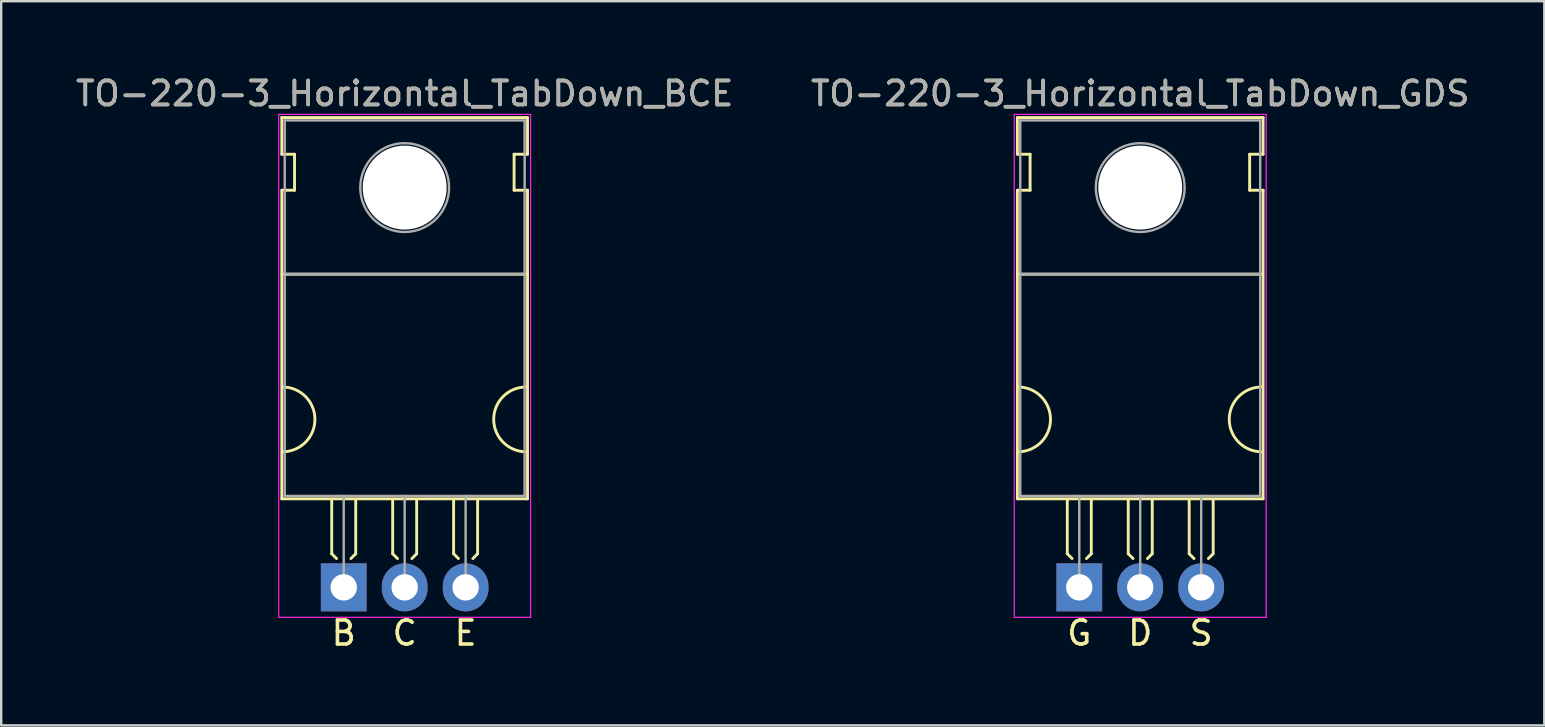
<source format=kicad_pcb>
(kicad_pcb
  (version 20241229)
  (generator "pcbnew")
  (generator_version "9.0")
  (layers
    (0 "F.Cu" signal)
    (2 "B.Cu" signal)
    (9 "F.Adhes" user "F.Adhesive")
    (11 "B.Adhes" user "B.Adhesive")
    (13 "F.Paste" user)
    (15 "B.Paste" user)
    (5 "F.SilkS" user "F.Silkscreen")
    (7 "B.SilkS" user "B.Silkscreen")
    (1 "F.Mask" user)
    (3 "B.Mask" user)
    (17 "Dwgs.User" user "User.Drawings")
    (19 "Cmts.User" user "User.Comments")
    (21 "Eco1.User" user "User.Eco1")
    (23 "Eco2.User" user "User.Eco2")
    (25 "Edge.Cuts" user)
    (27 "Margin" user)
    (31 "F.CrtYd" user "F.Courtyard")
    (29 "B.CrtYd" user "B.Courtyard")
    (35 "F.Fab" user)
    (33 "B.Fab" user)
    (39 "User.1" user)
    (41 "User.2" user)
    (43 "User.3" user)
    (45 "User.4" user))
  (footprint "TO-220-3_Horizontal_TabDown_BCE"
    (layer "F.Cu")
    (at 11.275 21.428)
    (property "Reference" "TO-220-3_Horizontal_TabDown_BCE" (at 2.54 -20.58 0) (layer "F.SilkS") (effects (font (size 1 1) (thickness 0.15))))
    (fp_line (start -2.58 -19.58) (end -2.58 -18.05) (stroke (width 0.12) (type solid)) (layer "F.SilkS"))
    (fp_line (start -2.58 -19.58) (end 7.66 -19.58) (stroke (width 0.12) (type solid)) (layer "F.SilkS"))
    (fp_line (start -2.58 -18.05) (end -2.05 -18.05) (stroke (width 0.12) (type solid)) (layer "F.SilkS"))
    (fp_line (start -2.58 -16.55) (end -2.58 -3.69) (stroke (width 0.12) (type solid)) (layer "F.SilkS"))
    (fp_line (start -2.58 -3.69) (end 7.66 -3.69) (stroke (width 0.12) (type solid)) (layer "F.SilkS"))
    (fp_line (start -2.575 -13.05) (end 7.65 -13.05) (stroke (width 0.12) (type solid)) (layer "F.SilkS"))
    (fp_line (start -2.05 -18.05) (end -2.05 -16.55) (stroke (width 0.12) (type solid)) (layer "F.SilkS"))
    (fp_line (start -2.05 -16.55) (end -2.575 -16.55) (stroke (width 0.12) (type solid)) (layer "F.SilkS"))
    (fp_line (start -0.5 -3.65) (end -0.5 -1.4) (stroke (width 0.12) (type solid)) (layer "F.SilkS"))
    (fp_line (start -0.5 -1.4) (end -0.3 -1.2) (stroke (width 0.12) (type solid)) (layer "F.SilkS"))
    (fp_line (start 0.5 -3.65) (end 0.5 -1.4) (stroke (width 0.12) (type solid)) (layer "F.SilkS"))
    (fp_line (start 0.5 -1.4) (end 0.3 -1.2) (stroke (width 0.12) (type solid)) (layer "F.SilkS"))
    (fp_line (start 2.04 -3.65) (end 2.04 -1.4) (stroke (width 0.12) (type solid)) (layer "F.SilkS"))
    (fp_line (start 2.04 -1.4) (end 2.24 -1.2) (stroke (width 0.12) (type solid)) (layer "F.SilkS"))
    (fp_line (start 3.04 -3.65) (end 3.04 -1.4) (stroke (width 0.12) (type solid)) (layer "F.SilkS"))
    (fp_line (start 3.04 -1.4) (end 2.84 -1.2) (stroke (width 0.12) (type solid)) (layer "F.SilkS"))
    (fp_line (start 4.58 -3.65) (end 4.58 -1.4) (stroke (width 0.12) (type solid)) (layer "F.SilkS"))
    (fp_line (start 4.58 -1.4) (end 4.78 -1.2) (stroke (width 0.12) (type solid)) (layer "F.SilkS"))
    (fp_line (start 5.58 -3.65) (end 5.58 -1.4) (stroke (width 0.12) (type solid)) (layer "F.SilkS"))
    (fp_line (start 5.58 -1.4) (end 5.38 -1.2) (stroke (width 0.12) (type solid)) (layer "F.SilkS"))
    (fp_line (start 7.1 -18.05) (end 7.66 -18.05) (stroke (width 0.12) (type solid)) (layer "F.SilkS"))
    (fp_line (start 7.1 -16.55) (end 7.1 -18.05) (stroke (width 0.12) (type solid)) (layer "F.SilkS"))
    (fp_line (start 7.66 -19.58) (end 7.66 -18.05) (stroke (width 0.12) (type solid)) (layer "F.SilkS"))
    (fp_line (start 7.66 -16.55) (end 7.1 -16.55) (stroke (width 0.12) (type solid)) (layer "F.SilkS"))
    (fp_line (start 7.66 -16.55) (end 7.66 -3.69) (stroke (width 0.12) (type solid)) (layer "F.SilkS"))
    (fp_arc (start -2.55 -8.35) (mid -1.2 -7) (end -2.55 -5.65) (stroke (width 0.12) (type solid)) (layer "F.SilkS"))
    (fp_arc (start 7.6 -5.65) (mid 6.25 -7) (end 7.6 -8.35) (stroke (width 0.12) (type solid)) (layer "F.SilkS"))
    (fp_line (start -2.71 -19.71) (end -2.71 1.25) (stroke (width 0.05) (type solid)) (layer "F.CrtYd"))
    (fp_line (start -2.71 1.25) (end 7.79 1.25) (stroke (width 0.05) (type solid)) (layer "F.CrtYd"))
    (fp_line (start 7.79 -19.71) (end -2.71 -19.71) (stroke (width 0.05) (type solid)) (layer "F.CrtYd"))
    (fp_line (start 7.79 1.25) (end 7.79 -19.71) (stroke (width 0.05) (type solid)) (layer "F.CrtYd"))
    (fp_line (start -2.46 -19.46) (end 7.54 -19.46) (stroke (width 0.1) (type solid)) (layer "F.Fab"))
    (fp_line (start -2.46 -13.06) (end -2.46 -19.46) (stroke (width 0.1) (type solid)) (layer "F.Fab"))
    (fp_line (start -2.46 -13.06) (end 7.54 -13.06) (stroke (width 0.1) (type solid)) (layer "F.Fab"))
    (fp_line (start -2.46 -3.81) (end -2.46 -13.06) (stroke (width 0.1) (type solid)) (layer "F.Fab"))
    (fp_line (start 0 -3.81) (end 0 0) (stroke (width 0.1) (type solid)) (layer "F.Fab"))
    (fp_line (start 2.54 -3.81) (end 2.54 0) (stroke (width 0.1) (type solid)) (layer "F.Fab"))
    (fp_line (start 5.08 -3.81) (end 5.08 0) (stroke (width 0.1) (type solid)) (layer "F.Fab"))
    (fp_line (start 7.54 -19.46) (end 7.54 -13.06) (stroke (width 0.1) (type solid)) (layer "F.Fab"))
    (fp_line (start 7.54 -13.06) (end -2.46 -13.06) (stroke (width 0.1) (type solid)) (layer "F.Fab"))
    (fp_line (start 7.54 -13.06) (end 7.54 -3.81) (stroke (width 0.1) (type solid)) (layer "F.Fab"))
    (fp_line (start 7.54 -3.81) (end -2.46 -3.81) (stroke (width 0.1) (type solid)) (layer "F.Fab"))
    (fp_circle (center 2.54 -16.66) (end 4.39 -16.66) (stroke (width 0.1) (type solid)) (fill no) (layer "F.Fab"))
    (fp_text user "C" (at 2.54 1.905 0) (unlocked yes) (layer "F.SilkS") (effects (font (size 1 1) (thickness 0.15))))
    (fp_text user "E" (at 5.08 1.905 0) (unlocked yes) (layer "F.SilkS") (effects (font (size 1 1) (thickness 0.15))))
    (fp_text user "B" (at 0 1.905 0) (unlocked yes) (layer "F.SilkS") (effects (font (size 1 1) (thickness 0.15))))
    (fp_text user "${REFERENCE}" (at 2.54 -20.58 0) (layer "F.Fab") (effects (font (size 1 1) (thickness 0.15))))
    (pad "" np_thru_hole oval (at 2.54 -16.66) (size 3.5 3.5) (drill 3.5) (layers "*.Cu" "*.Mask"))
    (pad "1" thru_hole rect (at 0 0) (size 1.905 2) (drill 1.1) (layers "*.Cu" "*.Mask"))
    (pad "2" thru_hole oval (at 2.54 0) (size 1.905 2) (drill 1.1) (layers "*.Cu" "*.Mask"))
    (pad "3" thru_hole oval (at 5.08 0) (size 1.905 2) (drill 1.1) (layers "*.Cu" "*.Mask")))
  (footprint "TO-220-3_Horizontal_TabDown_GDS"
    (layer "F.Cu")
    (at 41.93 21.428)
    (property "Reference" "TO-220-3_Horizontal_TabDown_GDS" (at 2.54 -20.58 0) (layer "F.SilkS") (effects (font (size 1 1) (thickness 0.15))))
    (fp_line (start -2.58 -19.58) (end -2.58 -18.05) (stroke (width 0.12) (type solid)) (layer "F.SilkS"))
    (fp_line (start -2.58 -19.58) (end 7.66 -19.58) (stroke (width 0.12) (type solid)) (layer "F.SilkS"))
    (fp_line (start -2.58 -18.05) (end -2.05 -18.05) (stroke (width 0.12) (type solid)) (layer "F.SilkS"))
    (fp_line (start -2.58 -16.55) (end -2.58 -3.69) (stroke (width 0.12) (type solid)) (layer "F.SilkS"))
    (fp_line (start -2.58 -3.69) (end 7.66 -3.69) (stroke (width 0.12) (type solid)) (layer "F.SilkS"))
    (fp_line (start -2.575 -13.05) (end 7.65 -13.05) (stroke (width 0.12) (type solid)) (layer "F.SilkS"))
    (fp_line (start -2.05 -18.05) (end -2.05 -16.55) (stroke (width 0.12) (type solid)) (layer "F.SilkS"))
    (fp_line (start -2.05 -16.55) (end -2.575 -16.55) (stroke (width 0.12) (type solid)) (layer "F.SilkS"))
    (fp_line (start -0.5 -3.65) (end -0.5 -1.4) (stroke (width 0.12) (type solid)) (layer "F.SilkS"))
    (fp_line (start -0.5 -1.4) (end -0.3 -1.2) (stroke (width 0.12) (type solid)) (layer "F.SilkS"))
    (fp_line (start 0.5 -3.65) (end 0.5 -1.4) (stroke (width 0.12) (type solid)) (layer "F.SilkS"))
    (fp_line (start 0.5 -1.4) (end 0.3 -1.2) (stroke (width 0.12) (type solid)) (layer "F.SilkS"))
    (fp_line (start 2.04 -3.65) (end 2.04 -1.4) (stroke (width 0.12) (type solid)) (layer "F.SilkS"))
    (fp_line (start 2.04 -1.4) (end 2.24 -1.2) (stroke (width 0.12) (type solid)) (layer "F.SilkS"))
    (fp_line (start 3.04 -3.65) (end 3.04 -1.4) (stroke (width 0.12) (type solid)) (layer "F.SilkS"))
    (fp_line (start 3.04 -1.4) (end 2.84 -1.2) (stroke (width 0.12) (type solid)) (layer "F.SilkS"))
    (fp_line (start 4.58 -3.65) (end 4.58 -1.4) (stroke (width 0.12) (type solid)) (layer "F.SilkS"))
    (fp_line (start 4.58 -1.4) (end 4.78 -1.2) (stroke (width 0.12) (type solid)) (layer "F.SilkS"))
    (fp_line (start 5.58 -3.65) (end 5.58 -1.4) (stroke (width 0.12) (type solid)) (layer "F.SilkS"))
    (fp_line (start 5.58 -1.4) (end 5.38 -1.2) (stroke (width 0.12) (type solid)) (layer "F.SilkS"))
    (fp_line (start 7.1 -18.05) (end 7.66 -18.05) (stroke (width 0.12) (type solid)) (layer "F.SilkS"))
    (fp_line (start 7.1 -16.55) (end 7.1 -18.05) (stroke (width 0.12) (type solid)) (layer "F.SilkS"))
    (fp_line (start 7.66 -19.58) (end 7.66 -18.05) (stroke (width 0.12) (type solid)) (layer "F.SilkS"))
    (fp_line (start 7.66 -16.55) (end 7.1 -16.55) (stroke (width 0.12) (type solid)) (layer "F.SilkS"))
    (fp_line (start 7.66 -16.55) (end 7.66 -3.69) (stroke (width 0.12) (type solid)) (layer "F.SilkS"))
    (fp_arc (start -2.55 -8.35) (mid -1.2 -7) (end -2.55 -5.65) (stroke (width 0.12) (type solid)) (layer "F.SilkS"))
    (fp_arc (start 7.6 -5.65) (mid 6.25 -7) (end 7.6 -8.35) (stroke (width 0.12) (type solid)) (layer "F.SilkS"))
    (fp_line (start -2.71 -19.71) (end -2.71 1.25) (stroke (width 0.05) (type solid)) (layer "F.CrtYd"))
    (fp_line (start -2.71 1.25) (end 7.79 1.25) (stroke (width 0.05) (type solid)) (layer "F.CrtYd"))
    (fp_line (start 7.79 -19.71) (end -2.71 -19.71) (stroke (width 0.05) (type solid)) (layer "F.CrtYd"))
    (fp_line (start 7.79 1.25) (end 7.79 -19.71) (stroke (width 0.05) (type solid)) (layer "F.CrtYd"))
    (fp_line (start -2.46 -19.46) (end 7.54 -19.46) (stroke (width 0.1) (type solid)) (layer "F.Fab"))
    (fp_line (start -2.46 -13.06) (end -2.46 -19.46) (stroke (width 0.1) (type solid)) (layer "F.Fab"))
    (fp_line (start -2.46 -13.06) (end 7.54 -13.06) (stroke (width 0.1) (type solid)) (layer "F.Fab"))
    (fp_line (start -2.46 -3.81) (end -2.46 -13.06) (stroke (width 0.1) (type solid)) (layer "F.Fab"))
    (fp_line (start 0 -3.81) (end 0 0) (stroke (width 0.1) (type solid)) (layer "F.Fab"))
    (fp_line (start 2.54 -3.81) (end 2.54 0) (stroke (width 0.1) (type solid)) (layer "F.Fab"))
    (fp_line (start 5.08 -3.81) (end 5.08 0) (stroke (width 0.1) (type solid)) (layer "F.Fab"))
    (fp_line (start 7.54 -19.46) (end 7.54 -13.06) (stroke (width 0.1) (type solid)) (layer "F.Fab"))
    (fp_line (start 7.54 -13.06) (end -2.46 -13.06) (stroke (width 0.1) (type solid)) (layer "F.Fab"))
    (fp_line (start 7.54 -13.06) (end 7.54 -3.81) (stroke (width 0.1) (type solid)) (layer "F.Fab"))
    (fp_line (start 7.54 -3.81) (end -2.46 -3.81) (stroke (width 0.1) (type solid)) (layer "F.Fab"))
    (fp_circle (center 2.54 -16.66) (end 4.39 -16.66) (stroke (width 0.1) (type solid)) (fill no) (layer "F.Fab"))
    (fp_text user "D" (at 2.54 1.905 0) (unlocked yes) (layer "F.SilkS") (effects (font (size 1 1) (thickness 0.15))))
    (fp_text user "G" (at 0 1.905 0) (unlocked yes) (layer "F.SilkS") (effects (font (size 1 1) (thickness 0.15))))
    (fp_text user "S" (at 5.08 1.905 0) (unlocked yes) (layer "F.SilkS") (effects (font (size 1 1) (thickness 0.15))))
    (fp_text user "${REFERENCE}" (at 2.54 -20.58 0) (layer "F.Fab") (effects (font (size 1 1) (thickness 0.15))))
    (pad "" np_thru_hole oval (at 2.54 -16.66) (size 3.5 3.5) (drill 3.5) (layers "*.Cu" "*.Mask"))
    (pad "1" thru_hole rect (at 0 0) (size 1.905 2) (drill 1.1) (layers "*.Cu" "*.Mask"))
    (pad "2" thru_hole oval (at 2.54 0) (size 1.905 2) (drill 1.1) (layers "*.Cu" "*.Mask"))
    (pad "3" thru_hole oval (at 5.08 0) (size 1.905 2) (drill 1.1) (layers "*.Cu" "*.Mask")))
  (gr_rect
    (start -3 -3)
    (end 61.31 27.181)
    (stroke (width 0.1) (type default))
    (fill no)
    (layer "Edge.Cuts")))
</source>
